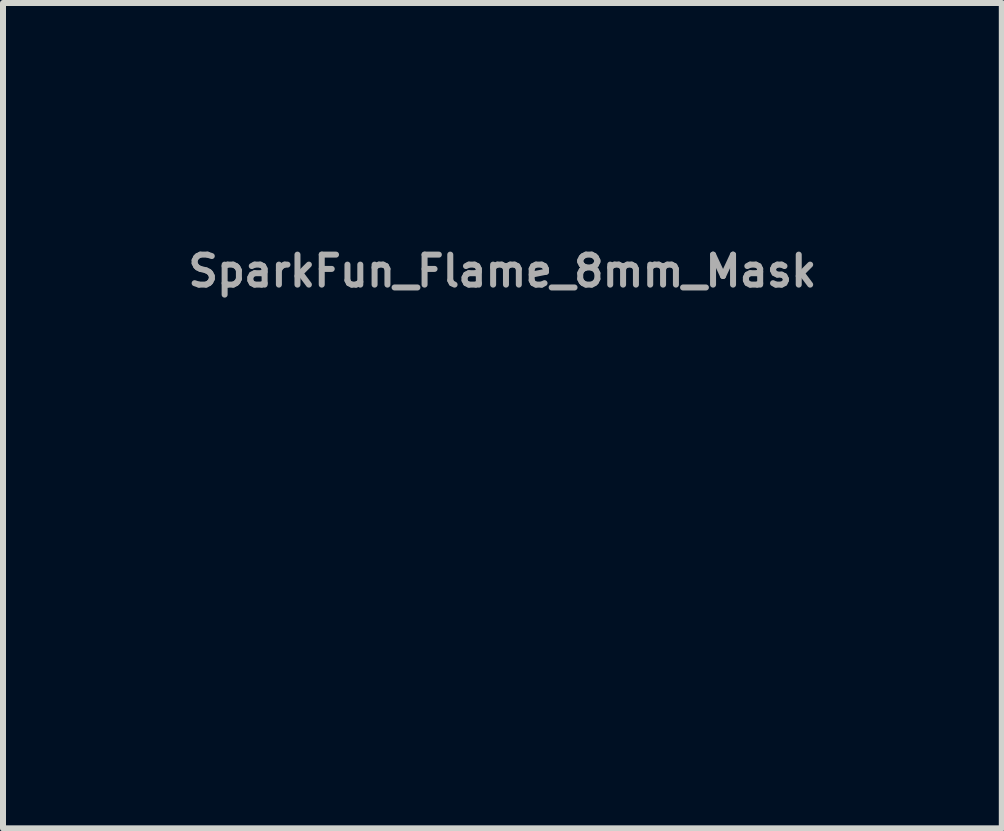
<source format=kicad_pcb>
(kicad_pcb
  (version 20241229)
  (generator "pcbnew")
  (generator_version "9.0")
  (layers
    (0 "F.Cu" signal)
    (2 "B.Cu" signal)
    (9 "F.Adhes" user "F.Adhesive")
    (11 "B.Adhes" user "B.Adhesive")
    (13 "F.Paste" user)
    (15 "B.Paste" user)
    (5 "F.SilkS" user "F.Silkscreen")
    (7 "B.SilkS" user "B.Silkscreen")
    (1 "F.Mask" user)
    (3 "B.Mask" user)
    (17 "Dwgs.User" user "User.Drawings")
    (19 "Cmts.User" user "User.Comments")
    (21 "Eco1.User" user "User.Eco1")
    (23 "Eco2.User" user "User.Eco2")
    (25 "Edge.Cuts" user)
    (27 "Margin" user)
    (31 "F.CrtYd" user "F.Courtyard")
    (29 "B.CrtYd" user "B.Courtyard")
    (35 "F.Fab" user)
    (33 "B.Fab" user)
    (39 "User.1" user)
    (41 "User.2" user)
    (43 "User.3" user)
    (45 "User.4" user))
  (footprint "SparkFun_Flame_8mm_Mask"
    (layer "F.Cu")
    (at 7.698 3.88)
    (property "Reference" "SparkFun_Flame_8mm_Mask" (at -2.372 -2.411 0) (layer "F.Fab") (effects (font (size 0.5 0.5) (thickness 0.1))))
    (attr board_only exclude_from_pos_files exclude_from_bom)
    (fp_poly (pts (xy 0.315 -3.879) (xy 0.392 -3.874) (xy 0.467 -3.865) (xy 0.539 -3.852) (xy 0.609 -3.836) (xy 0.677 -3.818) (xy 0.742 -3.797) (xy 0.805 -3.774) (xy 0.864 -3.75) (xy 0.921 -3.725) (xy 0.974 -3.699) (xy 1.071 -3.647) (xy 1.152 -3.597) (xy 1.218 -3.553) (xy 1.267 -3.517) (xy 1.307 -3.484) (xy 1.285 -3.489) (xy 1.226 -3.498) (xy 1.185 -3.503) (xy 1.137 -3.506) (xy 1.084 -3.508) (xy 1.027 -3.506) (xy 0.966 -3.501) (xy 0.903 -3.491) (xy 0.839 -3.476) (xy 0.806 -3.466) (xy 0.774 -3.454) (xy 0.742 -3.441) (xy 0.71 -3.426) (xy 0.678 -3.409) (xy 0.648 -3.39) (xy 0.617 -3.368) (xy 0.588 -3.345) (xy 0.56 -3.319) (xy 0.532 -3.291) (xy 0.498 -3.251) (xy 0.469 -3.211) (xy 0.443 -3.171) (xy 0.421 -3.129) (xy 0.412 -3.108) (xy 0.404 -3.087) (xy 0.397 -3.065) (xy 0.392 -3.044) (xy 0.387 -3.022) (xy 0.384 -2.999) (xy 0.382 -2.977) (xy 0.381 -2.954) (xy 0.381 -2.931) (xy 0.383 -2.908) (xy 0.386 -2.884) (xy 0.391 -2.861) (xy 0.396 -2.836) (xy 0.404 -2.812) (xy 0.412 -2.787) (xy 0.422 -2.762) (xy 0.434 -2.737) (xy 0.446 -2.711) (xy 0.461 -2.685) (xy 0.477 -2.659) (xy 0.494 -2.632) (xy 0.513 -2.605) (xy 0.556 -2.55) (xy 0.595 -2.505) (xy 0.639 -2.46) (xy 0.686 -2.416) (xy 0.736 -2.373) (xy 0.788 -2.332) (xy 0.843 -2.293) (xy 0.9 -2.257) (xy 0.957 -2.223) (xy 1.015 -2.193) (xy 1.073 -2.166) (xy 1.13 -2.144) (xy 1.187 -2.126) (xy 1.242 -2.114) (xy 1.268 -2.109) (xy 1.295 -2.106) (xy 1.32 -2.105) (xy 1.345 -2.105) (xy 1.369 -2.107) (xy 1.392 -2.11) (xy 1.424 -2.117) (xy 1.453 -2.126) (xy 1.479 -2.138) (xy 1.504 -2.151) (xy 1.525 -2.166) (xy 1.545 -2.183) (xy 1.562 -2.2) (xy 1.578 -2.22) (xy 1.592 -2.24) (xy 1.604 -2.261) (xy 1.614 -2.283) (xy 1.623 -2.306) (xy 1.63 -2.329) (xy 1.636 -2.352) (xy 1.641 -2.375) (xy 1.645 -2.399) (xy 1.649 -2.445) (xy 1.65 -2.489) (xy 1.648 -2.529) (xy 1.645 -2.565) (xy 1.641 -2.596) (xy 1.638 -2.619) (xy 1.634 -2.639) (xy 1.698 -2.614) (xy 1.762 -2.581) (xy 1.827 -2.541) (xy 1.891 -2.493) (xy 2.017 -2.375) (xy 2.137 -2.231) (xy 2.248 -2.063) (xy 2.347 -1.873) (xy 2.433 -1.664) (xy 2.501 -1.438) (xy 2.55 -1.197) (xy 2.566 -1.071) (xy 2.576 -0.943) (xy 2.579 -0.813) (xy 2.576 -0.68) (xy 2.566 -0.545) (xy 2.548 -0.409) (xy 2.522 -0.271) (xy 2.489 -0.133) (xy 2.447 0.007) (xy 2.395 0.147) (xy 2.335 0.287) (xy 2.265 0.427) (xy 2.186 0.566) (xy 2.096 0.705) (xy 1.994 0.845) (xy 1.886 0.979) (xy 1.772 1.104) (xy 1.652 1.222) (xy 1.525 1.331) (xy 1.393 1.432) (xy 1.254 1.524) (xy 1.109 1.607) (xy 0.958 1.679) (xy 0.8 1.742) (xy 0.636 1.794) (xy 0.465 1.835) (xy 0.287 1.865) (xy 0.102 1.883) (xy -0.089 1.889) (xy -0.287 1.883) (xy -0.34 1.88) (xy -0.39 1.88) (xy -0.439 1.882) (xy -0.487 1.886) (xy -0.533 1.893) (xy -0.578 1.902) (xy -0.621 1.914) (xy -0.664 1.928) (xy -0.706 1.944) (xy -0.747 1.963) (xy -0.787 1.983) (xy -0.826 2.006) (xy -0.904 2.058) (xy -0.981 2.117) (xy -1.057 2.185) (xy -1.134 2.259) (xy -1.213 2.34) (xy -1.294 2.427) (xy -1.663 2.833) (xy -1.844 3.03) (xy -2.014 3.219) (xy -2.17 3.396) (xy -2.306 3.554) (xy -2.419 3.688) (xy -2.504 3.791) (xy -2.578 3.88) (xy -2.578 -0.027) (xy -2.579 -0.105) (xy -2.579 -0.179) (xy -2.576 -0.251) (xy -2.571 -0.32) (xy -2.565 -0.386) (xy -2.557 -0.45) (xy -2.546 -0.511) (xy -2.535 -0.569) (xy -2.521 -0.625) (xy -2.506 -0.678) (xy -2.489 -0.729) (xy -2.47 -0.778) (xy -2.451 -0.825) (xy -2.429 -0.869) (xy -2.407 -0.911) (xy -2.383 -0.951) (xy -2.357 -0.99) (xy -2.331 -1.026) (xy -2.303 -1.06) (xy -2.274 -1.092) (xy -2.245 -1.123) (xy -2.214 -1.152) (xy -2.182 -1.179) (xy -2.149 -1.205) (xy -2.116 -1.229) (xy -2.082 -1.251) (xy -2.047 -1.273) (xy -2.011 -1.292) (xy -1.938 -1.328) (xy -1.862 -1.359) (xy -1.82 -1.374) (xy -1.778 -1.387) (xy -1.737 -1.399) (xy -1.696 -1.409) (xy -1.656 -1.417) (xy -1.617 -1.424) (xy -1.578 -1.429) (xy -1.54 -1.433) (xy -1.503 -1.436) (xy -1.467 -1.438) (xy -1.432 -1.439) (xy -1.398 -1.439) (xy -1.365 -1.438) (xy -1.333 -1.436) (xy -1.273 -1.43) (xy -1.219 -1.423) (xy -1.17 -1.414) (xy -1.127 -1.404) (xy -1.091 -1.395) (xy -1.062 -1.387) (xy -1.041 -1.38) (xy -1.024 -1.373) (xy -1.078 -1.351) (xy -1.135 -1.325) (xy -1.168 -1.308) (xy -1.204 -1.288) (xy -1.24 -1.267) (xy -1.277 -1.243) (xy -1.313 -1.217) (xy -1.347 -1.188) (xy -1.38 -1.158) (xy -1.395 -1.142) (xy -1.41 -1.126) (xy -1.423 -1.109) (xy -1.435 -1.092) (xy -1.446 -1.074) (xy -1.456 -1.056) (xy -1.466 -1.034) (xy -1.473 -1.011) (xy -1.479 -0.988) (xy -1.484 -0.964) (xy -1.486 -0.939) (xy -1.487 -0.914) (xy -1.486 -0.889) (xy -1.483 -0.863) (xy -1.479 -0.838) (xy -1.473 -0.812) (xy -1.465 -0.786) (xy -1.455 -0.76) (xy -1.444 -0.735) (xy -1.431 -0.709) (xy -1.416 -0.684) (xy -1.4 -0.66) (xy -1.382 -0.636) (xy -1.362 -0.612) (xy -1.341 -0.589) (xy -1.317 -0.567) (xy -1.293 -0.546) (xy -1.266 -0.526) (xy -1.238 -0.506) (xy -1.208 -0.488) (xy -1.177 -0.471) (xy -1.143 -0.455) (xy -1.109 -0.441) (xy -1.072 -0.428) (xy -1.034 -0.417) (xy -0.994 -0.407) (xy -0.953 -0.398) (xy -0.91 -0.392) (xy -0.847 -0.386) (xy -0.784 -0.384) (xy -0.723 -0.387) (xy -0.663 -0.393) (xy -0.605 -0.403) (xy -0.549 -0.417) (xy -0.494 -0.435) (xy -0.442 -0.456) (xy -0.393 -0.48) (xy -0.345 -0.508) (xy -0.301 -0.538) (xy -0.26 -0.571) (xy -0.222 -0.607) (xy -0.187 -0.646) (xy -0.156 -0.686) (xy -0.128 -0.729) (xy -0.105 -0.774) (xy -0.086 -0.821) (xy -0.071 -0.87) (xy -0.061 -0.92) (xy -0.055 -0.972) (xy -0.055 -1.025) (xy -0.059 -1.079) (xy -0.069 -1.134) (xy -0.085 -1.19) (xy -0.106 -1.247) (xy -0.133 -1.304) (xy -0.167 -1.362) (xy -0.206 -1.42) (xy -0.253 -1.478) (xy -0.306 -1.536) (xy -0.365 -1.594) (xy -0.5 -1.723) (xy -0.621 -1.853) (xy -0.677 -1.919) (xy -0.73 -1.985) (xy -0.778 -2.052) (xy -0.823 -2.118) (xy -0.864 -2.185) (xy -0.901 -2.252) (xy -0.935 -2.318) (xy -0.964 -2.385) (xy -0.989 -2.452) (xy -1.009 -2.518) (xy -1.025 -2.585) (xy -1.037 -2.651) (xy -1.044 -2.717) (xy -1.046 -2.782) (xy -1.043 -2.847) (xy -1.036 -2.911) (xy -1.023 -2.975) (xy -1.005 -3.039) (xy -0.982 -3.101) (xy -0.954 -3.163) (xy -0.92 -3.224) (xy -0.881 -3.285) (xy -0.836 -3.344) (xy -0.785 -3.403) (xy -0.729 -3.46) (xy -0.666 -3.517) (xy -0.597 -3.572) (xy -0.522 -3.627) (xy -0.435 -3.683) (xy -0.348 -3.731) (xy -0.262 -3.772) (xy -0.176 -3.805) (xy -0.091 -3.832) (xy -0.007 -3.853) (xy 0.076 -3.867) (xy 0.157 -3.876) (xy 0.237 -3.88)) (stroke (width -0.000001) (type solid)) (fill yes) (layer "F.Mask")))
  (gr_rect
    (start -3 -3)
    (end 13.652 10.76)
    (stroke (width 0.1) (type default))
    (fill no)
    (layer "Edge.Cuts")))
</source>
